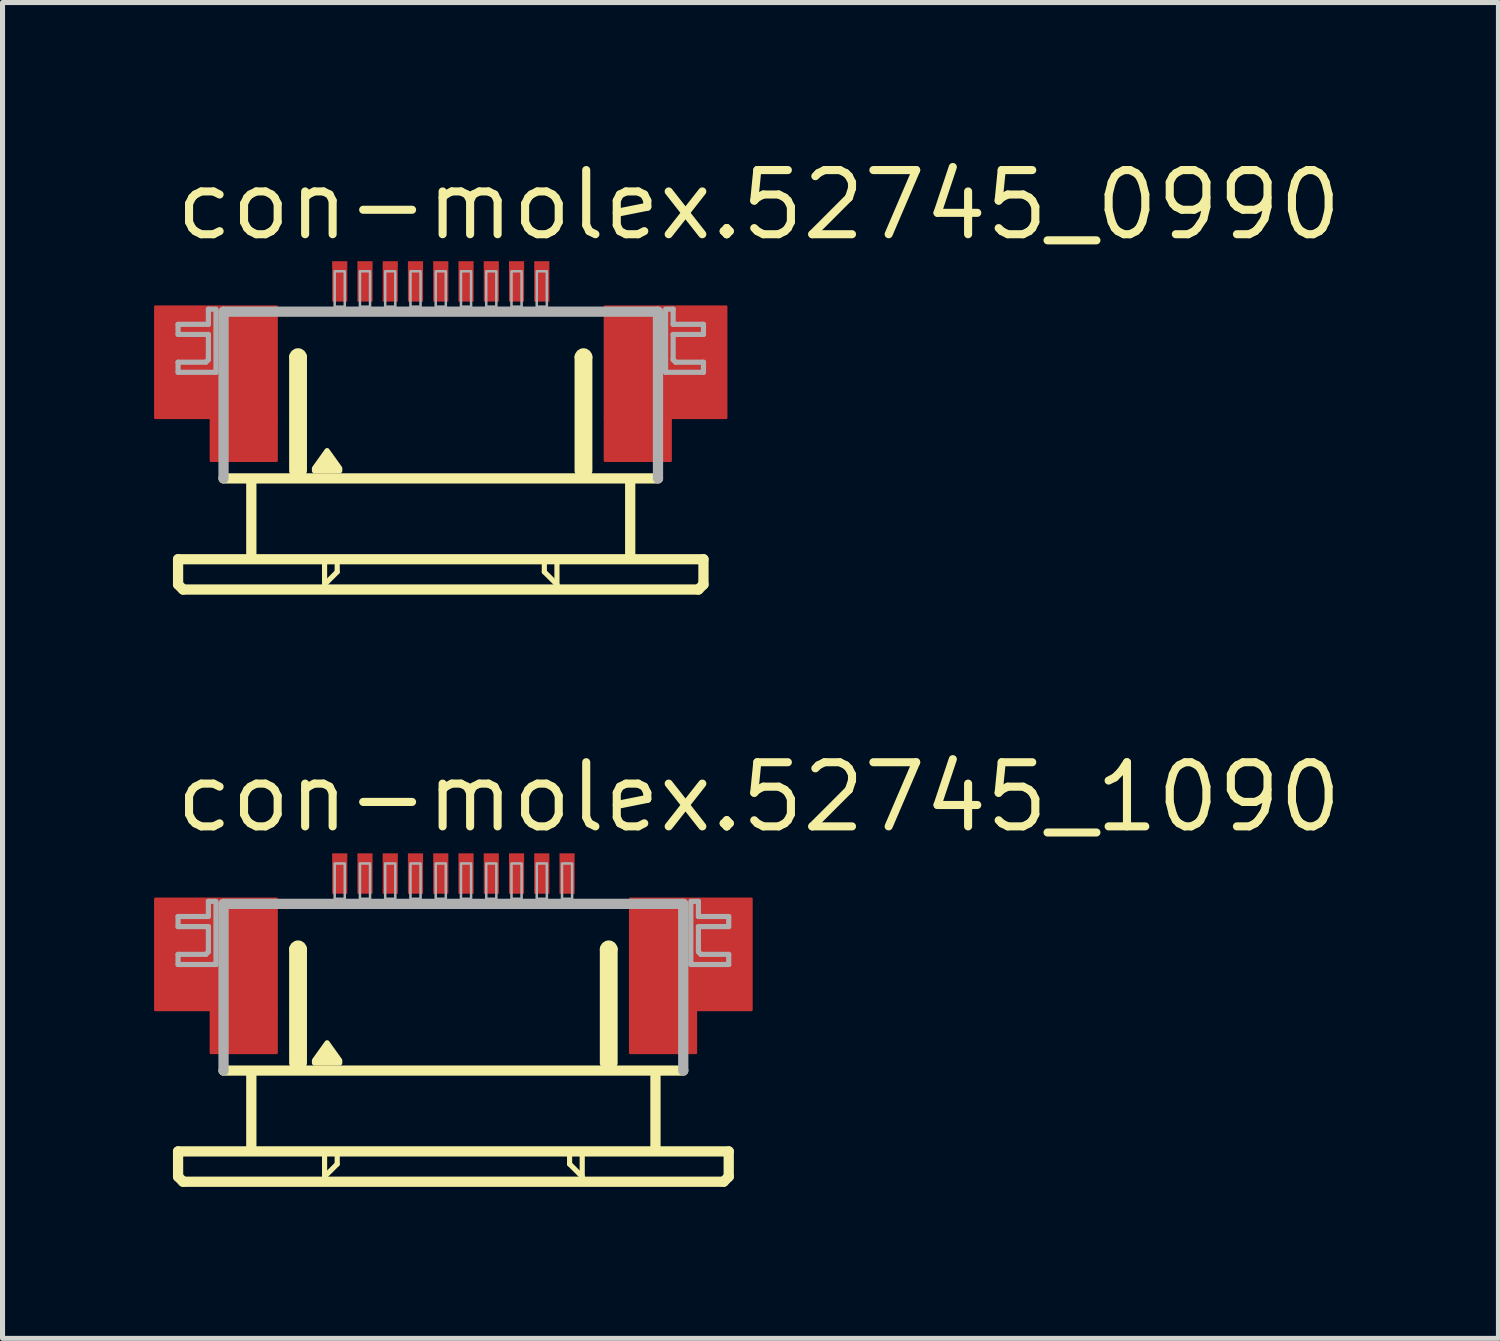
<source format=kicad_pcb>
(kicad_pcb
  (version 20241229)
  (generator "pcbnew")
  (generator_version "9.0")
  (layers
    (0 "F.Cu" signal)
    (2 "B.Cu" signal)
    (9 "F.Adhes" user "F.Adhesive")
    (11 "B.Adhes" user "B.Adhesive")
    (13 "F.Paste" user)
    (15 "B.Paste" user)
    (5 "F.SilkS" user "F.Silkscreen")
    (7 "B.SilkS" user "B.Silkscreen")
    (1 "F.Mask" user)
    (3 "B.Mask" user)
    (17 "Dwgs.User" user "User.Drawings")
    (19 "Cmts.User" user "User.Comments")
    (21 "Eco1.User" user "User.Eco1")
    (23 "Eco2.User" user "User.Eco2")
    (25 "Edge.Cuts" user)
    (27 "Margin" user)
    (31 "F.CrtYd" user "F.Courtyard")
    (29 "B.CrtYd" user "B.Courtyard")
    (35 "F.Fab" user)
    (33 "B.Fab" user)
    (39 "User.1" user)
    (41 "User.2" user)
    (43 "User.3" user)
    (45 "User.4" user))
  (footprint "con-molex.52745_1090"
    (layer "F.Cu")
    (at 5.925 16.742)
    (property "Reference" "con-molex.52745_1090" (at -5.58 -3.27 0) (layer "F.SilkS") (effects (font (size 1.27 1.27) (thickness 0.16)) (justify left bottom)))
    (attr smd)
    (fp_rect (start -5.9 0.2) (end -3.5 -2) (stroke (width 0.05) (type default)) (fill yes) (layer "F.Cu"))
    (fp_rect (start -4.8 1.05) (end -3.5 0.2) (stroke (width 0.05) (type default)) (fill yes) (layer "F.Cu"))
    (fp_rect (start 3.5 0.2) (end 5.9 -2) (stroke (width 0.05) (type default)) (fill yes) (layer "F.Cu"))
    (fp_rect (start 3.5 1.05) (end 4.8 0.2) (stroke (width 0.05) (type default)) (fill yes) (layer "F.Cu"))
    (fp_rect (start -5.9 0.2) (end -4.75 -2) (stroke (width 0.05) (type default)) (fill yes) (layer "F.Mask"))
    (fp_rect (start -4.8 1.05) (end -3.5 -2) (stroke (width 0.05) (type default)) (fill yes) (layer "F.Mask"))
    (fp_rect (start 3.5 1.05) (end 4.8 -2) (stroke (width 0.05) (type default)) (fill yes) (layer "F.Mask"))
    (fp_rect (start 4.75 0.2) (end 5.9 -2) (stroke (width 0.05) (type default)) (fill yes) (layer "F.Mask"))
    (fp_line (start -5.45 3) (end -5.45 3.5) (stroke (width 0.203) (type default)) (layer "F.SilkS"))
    (fp_line (start -5.45 3.5) (end -5.35 3.6) (stroke (width 0.203) (type default)) (layer "F.SilkS"))
    (fp_line (start -5.35 3.6) (end 5.35 3.6) (stroke (width 0.203) (type default)) (layer "F.SilkS"))
    (fp_line (start -4 1.5) (end -4 2.9) (stroke (width 0.203) (type default)) (layer "F.SilkS"))
    (fp_line (start -3.15 1.25) (end -3.15 -1) (stroke (width 0.203) (type default)) (layer "F.SilkS"))
    (fp_line (start -3 -1) (end -3 1.25) (stroke (width 0.203) (type default)) (layer "F.SilkS"))
    (fp_line (start -2.55 3.1) (end -2.55 3.5) (stroke (width 0.102) (type default)) (layer "F.SilkS"))
    (fp_line (start -2.55 3.5) (end -2.3 3.25) (stroke (width 0.102) (type default)) (layer "F.SilkS"))
    (fp_line (start -2.3 3.25) (end -2.3 3.1) (stroke (width 0.102) (type default)) (layer "F.SilkS"))
    (fp_line (start 2.3 3.1) (end 2.3 3.25) (stroke (width 0.102) (type default)) (layer "F.SilkS"))
    (fp_line (start 2.3 3.25) (end 2.55 3.5) (stroke (width 0.102) (type default)) (layer "F.SilkS"))
    (fp_line (start 2.55 3.5) (end 2.55 3.1) (stroke (width 0.102) (type default)) (layer "F.SilkS"))
    (fp_line (start 3 1.25) (end 3 -1) (stroke (width 0.203) (type default)) (layer "F.SilkS"))
    (fp_line (start 3.15 -1) (end 3.15 1.25) (stroke (width 0.203) (type default)) (layer "F.SilkS"))
    (fp_line (start 4 1.5) (end 4 2.9) (stroke (width 0.203) (type default)) (layer "F.SilkS"))
    (fp_line (start 4.55 1.4) (end -4.55 1.4) (stroke (width 0.203) (type default)) (layer "F.SilkS"))
    (fp_line (start 5.35 3.6) (end 5.45 3.5) (stroke (width 0.203) (type default)) (layer "F.SilkS"))
    (fp_line (start 5.45 3) (end -5.45 3) (stroke (width 0.203) (type default)) (layer "F.SilkS"))
    (fp_line (start 5.45 3.5) (end 5.45 3) (stroke (width 0.203) (type default)) (layer "F.SilkS"))
    (fp_arc (start -3.15 -1) (mid -3.075 -1.075) (end -3 -1) (stroke (width 0.2032) (type default)) (layer "F.SilkS"))
    (fp_arc (start 3 -1) (mid 3.075 -1.075) (end 3.15 -1) (stroke (width 0.2032) (type default)) (layer "F.SilkS"))
    (fp_poly (pts (xy -2.75 1.25) (xy -2.75 1.2) (xy -2.5 0.85) (xy -2.25 1.2) (xy -2.25 1.25)) (stroke (width 0.102) (type default)) (fill yes) (layer "F.SilkS"))
    (fp_rect (start -5.7 0.05) (end -3.7 -1.85) (stroke (width 0.05) (type default)) (fill yes) (layer "F.Paste"))
    (fp_rect (start 3.7 0.05) (end 5.7 -1.85) (stroke (width 0.05) (type default)) (fill yes) (layer "F.Paste"))
    (fp_line (start -5.45 -1.65) (end -5.45 -1.45) (stroke (width 0.102) (type default)) (layer "F.Fab"))
    (fp_line (start -5.45 -1.45) (end -4.85 -1.45) (stroke (width 0.102) (type default)) (layer "F.Fab"))
    (fp_line (start -5.45 -0.9) (end -5.45 -0.7) (stroke (width 0.102) (type default)) (layer "F.Fab"))
    (fp_line (start -5.45 -0.7) (end -4.7 -0.7) (stroke (width 0.102) (type default)) (layer "F.Fab"))
    (fp_line (start -4.9 -0.9) (end -5.45 -0.9) (stroke (width 0.102) (type default)) (layer "F.Fab"))
    (fp_line (start -4.85 -1.95) (end -4.85 -1.65) (stroke (width 0.102) (type default)) (layer "F.Fab"))
    (fp_line (start -4.85 -1.65) (end -5.45 -1.65) (stroke (width 0.102) (type default)) (layer "F.Fab"))
    (fp_line (start -4.85 -1.45) (end -4.85 -0.95) (stroke (width 0.102) (type default)) (layer "F.Fab"))
    (fp_line (start -4.85 -0.95) (end -4.9 -0.9) (stroke (width 0.102) (type default)) (layer "F.Fab"))
    (fp_line (start -4.7 -1.95) (end -4.85 -1.95) (stroke (width 0.102) (type default)) (layer "F.Fab"))
    (fp_line (start -4.7 -0.7) (end -4.7 -1.9) (stroke (width 0.102) (type default)) (layer "F.Fab"))
    (fp_line (start -4.55 -1.9) (end 4.55 -1.9) (stroke (width 0.203) (type default)) (layer "F.Fab"))
    (fp_line (start -4.55 1.4) (end -4.55 -1.9) (stroke (width 0.203) (type default)) (layer "F.Fab"))
    (fp_line (start 4.55 -1.9) (end 4.55 1.4) (stroke (width 0.203) (type default)) (layer "F.Fab"))
    (fp_line (start 4.7 -1.95) (end 4.85 -1.95) (stroke (width 0.102) (type default)) (layer "F.Fab"))
    (fp_line (start 4.7 -0.7) (end 4.7 -1.9) (stroke (width 0.102) (type default)) (layer "F.Fab"))
    (fp_line (start 4.85 -1.95) (end 4.85 -1.65) (stroke (width 0.102) (type default)) (layer "F.Fab"))
    (fp_line (start 4.85 -1.65) (end 5.45 -1.65) (stroke (width 0.102) (type default)) (layer "F.Fab"))
    (fp_line (start 4.85 -1.45) (end 4.85 -0.95) (stroke (width 0.102) (type default)) (layer "F.Fab"))
    (fp_line (start 4.85 -0.95) (end 4.9 -0.9) (stroke (width 0.102) (type default)) (layer "F.Fab"))
    (fp_line (start 4.9 -0.9) (end 5.45 -0.9) (stroke (width 0.102) (type default)) (layer "F.Fab"))
    (fp_line (start 5.45 -1.65) (end 5.45 -1.45) (stroke (width 0.102) (type default)) (layer "F.Fab"))
    (fp_line (start 5.45 -1.45) (end 4.85 -1.45) (stroke (width 0.102) (type default)) (layer "F.Fab"))
    (fp_line (start 5.45 -0.9) (end 5.45 -0.7) (stroke (width 0.102) (type default)) (layer "F.Fab"))
    (fp_line (start 5.45 -0.7) (end 4.7 -0.7) (stroke (width 0.102) (type default)) (layer "F.Fab"))
    (fp_rect (start -2.35 -2) (end -2.15 -2.7) (stroke (width 0.05) (type default)) (fill no) (layer "F.Fab"))
    (fp_rect (start -1.85 -2) (end -1.65 -2.7) (stroke (width 0.05) (type default)) (fill no) (layer "F.Fab"))
    (fp_rect (start -1.35 -2) (end -1.15 -2.7) (stroke (width 0.05) (type default)) (fill no) (layer "F.Fab"))
    (fp_rect (start -0.85 -2) (end -0.65 -2.7) (stroke (width 0.05) (type default)) (fill no) (layer "F.Fab"))
    (fp_rect (start -0.35 -2) (end -0.15 -2.7) (stroke (width 0.05) (type default)) (fill no) (layer "F.Fab"))
    (fp_rect (start 0.15 -2) (end 0.35 -2.7) (stroke (width 0.05) (type default)) (fill no) (layer "F.Fab"))
    (fp_rect (start 0.65 -2) (end 0.85 -2.7) (stroke (width 0.05) (type default)) (fill no) (layer "F.Fab"))
    (fp_rect (start 1.15 -2) (end 1.35 -2.7) (stroke (width 0.05) (type default)) (fill no) (layer "F.Fab"))
    (fp_rect (start 1.65 -2) (end 1.85 -2.7) (stroke (width 0.05) (type default)) (fill no) (layer "F.Fab"))
    (fp_rect (start 2.15 -2) (end 2.35 -2.7) (stroke (width 0.05) (type default)) (fill no) (layer "F.Fab"))
    (pad "1" smd roundrect (at -2.25 -2.5) (size 0.3 0.8) (layers "F.Cu" "F.Mask" "F.Paste") (roundrect_rratio 0.01))
    (pad "2" smd roundrect (at -1.75 -2.5) (size 0.3 0.8) (layers "F.Cu" "F.Mask" "F.Paste") (roundrect_rratio 0.01))
    (pad "3" smd roundrect (at -1.25 -2.5) (size 0.3 0.8) (layers "F.Cu" "F.Mask" "F.Paste") (roundrect_rratio 0.01))
    (pad "4" smd roundrect (at -0.75 -2.5) (size 0.3 0.8) (layers "F.Cu" "F.Mask" "F.Paste") (roundrect_rratio 0.01))
    (pad "5" smd roundrect (at -0.25 -2.5) (size 0.3 0.8) (layers "F.Cu" "F.Mask" "F.Paste") (roundrect_rratio 0.01))
    (pad "6" smd roundrect (at 0.25 -2.5) (size 0.3 0.8) (layers "F.Cu" "F.Mask" "F.Paste") (roundrect_rratio 0.01))
    (pad "7" smd roundrect (at 0.75 -2.5) (size 0.3 0.8) (layers "F.Cu" "F.Mask" "F.Paste") (roundrect_rratio 0.01))
    (pad "8" smd roundrect (at 1.25 -2.5) (size 0.3 0.8) (layers "F.Cu" "F.Mask" "F.Paste") (roundrect_rratio 0.01))
    (pad "9" smd roundrect (at 1.75 -2.5) (size 0.3 0.8) (layers "F.Cu" "F.Mask" "F.Paste") (roundrect_rratio 0.01))
    (pad "10" smd roundrect (at 2.25 -2.5) (size 0.3 0.8) (layers "F.Cu" "F.Mask" "F.Paste") (roundrect_rratio 0.01)))
  (footprint "con-molex.52745_0990"
    (layer "F.Cu")
    (at 5.675 5.02)
    (property "Reference" "con-molex.52745_0990" (at -5.33 -3.27 0) (layer "F.SilkS") (effects (font (size 1.27 1.27) (thickness 0.16)) (justify left bottom)))
    (attr smd)
    (fp_rect (start -5.65 0.2) (end -3.25 -2) (stroke (width 0.05) (type default)) (fill yes) (layer "F.Cu"))
    (fp_rect (start -4.55 1.05) (end -3.25 0.2) (stroke (width 0.05) (type default)) (fill yes) (layer "F.Cu"))
    (fp_rect (start 3.25 0.2) (end 5.65 -2) (stroke (width 0.05) (type default)) (fill yes) (layer "F.Cu"))
    (fp_rect (start 3.25 1.05) (end 4.55 0.2) (stroke (width 0.05) (type default)) (fill yes) (layer "F.Cu"))
    (fp_rect (start -5.65 0.2) (end -4.5 -2) (stroke (width 0.05) (type default)) (fill yes) (layer "F.Mask"))
    (fp_rect (start -4.55 1.05) (end -3.25 -2) (stroke (width 0.05) (type default)) (fill yes) (layer "F.Mask"))
    (fp_rect (start 3.25 1.05) (end 4.55 -2) (stroke (width 0.05) (type default)) (fill yes) (layer "F.Mask"))
    (fp_rect (start 4.5 0.2) (end 5.65 -2) (stroke (width 0.05) (type default)) (fill yes) (layer "F.Mask"))
    (fp_line (start -5.2 3) (end -5.2 3.5) (stroke (width 0.203) (type default)) (layer "F.SilkS"))
    (fp_line (start -5.2 3.5) (end -5.1 3.6) (stroke (width 0.203) (type default)) (layer "F.SilkS"))
    (fp_line (start -5.1 3.6) (end 5.1 3.6) (stroke (width 0.203) (type default)) (layer "F.SilkS"))
    (fp_line (start -3.75 1.5) (end -3.75 2.9) (stroke (width 0.203) (type default)) (layer "F.SilkS"))
    (fp_line (start -2.9 1.25) (end -2.9 -1) (stroke (width 0.203) (type default)) (layer "F.SilkS"))
    (fp_line (start -2.75 -1) (end -2.75 1.25) (stroke (width 0.203) (type default)) (layer "F.SilkS"))
    (fp_line (start -2.3 3.1) (end -2.3 3.5) (stroke (width 0.102) (type default)) (layer "F.SilkS"))
    (fp_line (start -2.3 3.5) (end -2.05 3.25) (stroke (width 0.102) (type default)) (layer "F.SilkS"))
    (fp_line (start -2.05 3.25) (end -2.05 3.1) (stroke (width 0.102) (type default)) (layer "F.SilkS"))
    (fp_line (start 2.05 3.1) (end 2.05 3.25) (stroke (width 0.102) (type default)) (layer "F.SilkS"))
    (fp_line (start 2.05 3.25) (end 2.3 3.5) (stroke (width 0.102) (type default)) (layer "F.SilkS"))
    (fp_line (start 2.3 3.5) (end 2.3 3.1) (stroke (width 0.102) (type default)) (layer "F.SilkS"))
    (fp_line (start 2.75 1.25) (end 2.75 -1) (stroke (width 0.203) (type default)) (layer "F.SilkS"))
    (fp_line (start 2.9 -1) (end 2.9 1.25) (stroke (width 0.203) (type default)) (layer "F.SilkS"))
    (fp_line (start 3.75 1.5) (end 3.75 2.9) (stroke (width 0.203) (type default)) (layer "F.SilkS"))
    (fp_line (start 4.3 1.4) (end -4.3 1.4) (stroke (width 0.203) (type default)) (layer "F.SilkS"))
    (fp_line (start 5.1 3.6) (end 5.2 3.5) (stroke (width 0.203) (type default)) (layer "F.SilkS"))
    (fp_line (start 5.2 3) (end -5.2 3) (stroke (width 0.203) (type default)) (layer "F.SilkS"))
    (fp_line (start 5.2 3.5) (end 5.2 3) (stroke (width 0.203) (type default)) (layer "F.SilkS"))
    (fp_arc (start -2.9 -1) (mid -2.825 -1.075) (end -2.75 -1) (stroke (width 0.2032) (type default)) (layer "F.SilkS"))
    (fp_arc (start 2.75 -1) (mid 2.825 -1.075) (end 2.9 -1) (stroke (width 0.2032) (type default)) (layer "F.SilkS"))
    (fp_poly (pts (xy -2.5 1.25) (xy -2.5 1.2) (xy -2.25 0.85) (xy -2 1.2) (xy -2 1.25)) (stroke (width 0.102) (type default)) (fill yes) (layer "F.SilkS"))
    (fp_rect (start -5.45 0.05) (end -3.45 -1.85) (stroke (width 0.05) (type default)) (fill yes) (layer "F.Paste"))
    (fp_rect (start 3.45 0.05) (end 5.45 -1.85) (stroke (width 0.05) (type default)) (fill yes) (layer "F.Paste"))
    (fp_line (start -5.2 -1.65) (end -5.2 -1.45) (stroke (width 0.102) (type default)) (layer "F.Fab"))
    (fp_line (start -5.2 -1.45) (end -4.6 -1.45) (stroke (width 0.102) (type default)) (layer "F.Fab"))
    (fp_line (start -5.2 -0.9) (end -5.2 -0.7) (stroke (width 0.102) (type default)) (layer "F.Fab"))
    (fp_line (start -5.2 -0.7) (end -4.45 -0.7) (stroke (width 0.102) (type default)) (layer "F.Fab"))
    (fp_line (start -4.65 -0.9) (end -5.2 -0.9) (stroke (width 0.102) (type default)) (layer "F.Fab"))
    (fp_line (start -4.6 -1.95) (end -4.6 -1.65) (stroke (width 0.102) (type default)) (layer "F.Fab"))
    (fp_line (start -4.6 -1.65) (end -5.2 -1.65) (stroke (width 0.102) (type default)) (layer "F.Fab"))
    (fp_line (start -4.6 -1.45) (end -4.6 -0.95) (stroke (width 0.102) (type default)) (layer "F.Fab"))
    (fp_line (start -4.6 -0.95) (end -4.65 -0.9) (stroke (width 0.102) (type default)) (layer "F.Fab"))
    (fp_line (start -4.45 -1.95) (end -4.6 -1.95) (stroke (width 0.102) (type default)) (layer "F.Fab"))
    (fp_line (start -4.45 -0.7) (end -4.45 -1.9) (stroke (width 0.102) (type default)) (layer "F.Fab"))
    (fp_line (start -4.3 -1.9) (end 4.3 -1.9) (stroke (width 0.203) (type default)) (layer "F.Fab"))
    (fp_line (start -4.3 1.4) (end -4.3 -1.9) (stroke (width 0.203) (type default)) (layer "F.Fab"))
    (fp_line (start 4.3 -1.9) (end 4.3 1.4) (stroke (width 0.203) (type default)) (layer "F.Fab"))
    (fp_line (start 4.45 -1.95) (end 4.6 -1.95) (stroke (width 0.102) (type default)) (layer "F.Fab"))
    (fp_line (start 4.45 -0.7) (end 4.45 -1.9) (stroke (width 0.102) (type default)) (layer "F.Fab"))
    (fp_line (start 4.6 -1.95) (end 4.6 -1.65) (stroke (width 0.102) (type default)) (layer "F.Fab"))
    (fp_line (start 4.6 -1.65) (end 5.2 -1.65) (stroke (width 0.102) (type default)) (layer "F.Fab"))
    (fp_line (start 4.6 -1.45) (end 4.6 -0.95) (stroke (width 0.102) (type default)) (layer "F.Fab"))
    (fp_line (start 4.6 -0.95) (end 4.65 -0.9) (stroke (width 0.102) (type default)) (layer "F.Fab"))
    (fp_line (start 4.65 -0.9) (end 5.2 -0.9) (stroke (width 0.102) (type default)) (layer "F.Fab"))
    (fp_line (start 5.2 -1.65) (end 5.2 -1.45) (stroke (width 0.102) (type default)) (layer "F.Fab"))
    (fp_line (start 5.2 -1.45) (end 4.6 -1.45) (stroke (width 0.102) (type default)) (layer "F.Fab"))
    (fp_line (start 5.2 -0.9) (end 5.2 -0.7) (stroke (width 0.102) (type default)) (layer "F.Fab"))
    (fp_line (start 5.2 -0.7) (end 4.45 -0.7) (stroke (width 0.102) (type default)) (layer "F.Fab"))
    (fp_rect (start -2.1 -2) (end -1.9 -2.7) (stroke (width 0.05) (type default)) (fill no) (layer "F.Fab"))
    (fp_rect (start -1.6 -2) (end -1.4 -2.7) (stroke (width 0.05) (type default)) (fill no) (layer "F.Fab"))
    (fp_rect (start -1.1 -2) (end -0.9 -2.7) (stroke (width 0.05) (type default)) (fill no) (layer "F.Fab"))
    (fp_rect (start -0.6 -2) (end -0.4 -2.7) (stroke (width 0.05) (type default)) (fill no) (layer "F.Fab"))
    (fp_rect (start -0.1 -2) (end 0.1 -2.7) (stroke (width 0.05) (type default)) (fill no) (layer "F.Fab"))
    (fp_rect (start 0.4 -2) (end 0.6 -2.7) (stroke (width 0.05) (type default)) (fill no) (layer "F.Fab"))
    (fp_rect (start 0.9 -2) (end 1.1 -2.7) (stroke (width 0.05) (type default)) (fill no) (layer "F.Fab"))
    (fp_rect (start 1.4 -2) (end 1.6 -2.7) (stroke (width 0.05) (type default)) (fill no) (layer "F.Fab"))
    (fp_rect (start 1.9 -2) (end 2.1 -2.7) (stroke (width 0.05) (type default)) (fill no) (layer "F.Fab"))
    (pad "1" smd roundrect (at -2 -2.5) (size 0.3 0.8) (layers "F.Cu" "F.Mask" "F.Paste") (roundrect_rratio 0.01))
    (pad "2" smd roundrect (at -1.5 -2.5) (size 0.3 0.8) (layers "F.Cu" "F.Mask" "F.Paste") (roundrect_rratio 0.01))
    (pad "3" smd roundrect (at -1 -2.5) (size 0.3 0.8) (layers "F.Cu" "F.Mask" "F.Paste") (roundrect_rratio 0.01))
    (pad "4" smd roundrect (at -0.5 -2.5) (size 0.3 0.8) (layers "F.Cu" "F.Mask" "F.Paste") (roundrect_rratio 0.01))
    (pad "5" smd roundrect (at 0 -2.5) (size 0.3 0.8) (layers "F.Cu" "F.Mask" "F.Paste") (roundrect_rratio 0.01))
    (pad "6" smd roundrect (at 0.5 -2.5) (size 0.3 0.8) (layers "F.Cu" "F.Mask" "F.Paste") (roundrect_rratio 0.01))
    (pad "7" smd roundrect (at 1 -2.5) (size 0.3 0.8) (layers "F.Cu" "F.Mask" "F.Paste") (roundrect_rratio 0.01))
    (pad "8" smd roundrect (at 1.5 -2.5) (size 0.3 0.8) (layers "F.Cu" "F.Mask" "F.Paste") (roundrect_rratio 0.01))
    (pad "9" smd roundrect (at 2 -2.5) (size 0.3 0.8) (layers "F.Cu" "F.Mask" "F.Paste") (roundrect_rratio 0.01)))
  (gr_rect
    (start -3 -3)
    (end 26.612 23.443)
    (stroke (width 0.1) (type default))
    (fill no)
    (layer "Edge.Cuts")))
</source>
